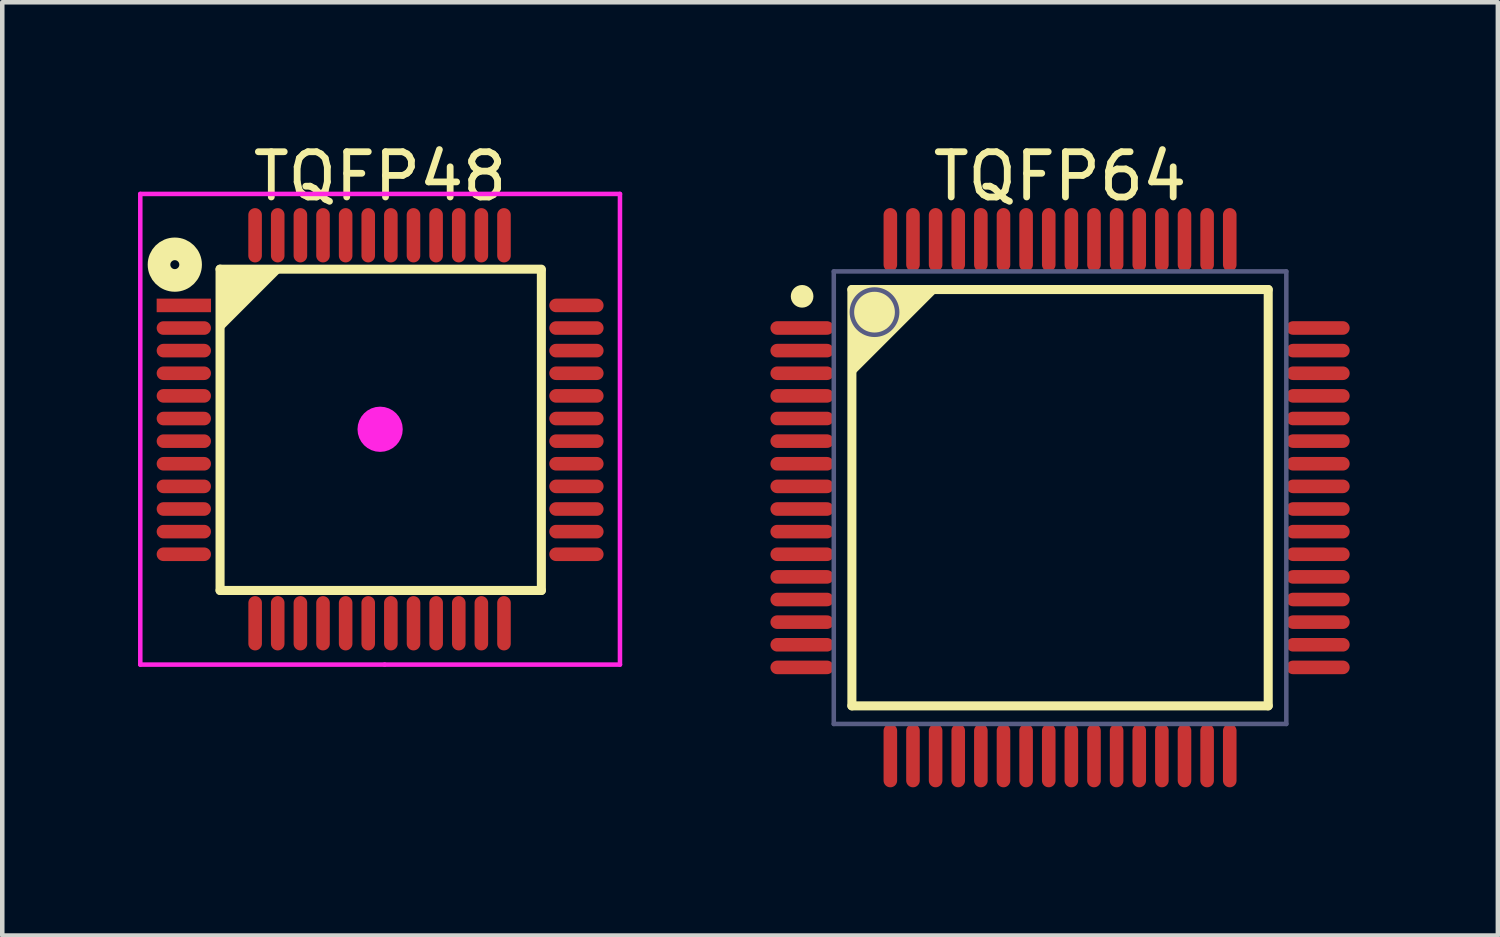
<source format=kicad_pcb>
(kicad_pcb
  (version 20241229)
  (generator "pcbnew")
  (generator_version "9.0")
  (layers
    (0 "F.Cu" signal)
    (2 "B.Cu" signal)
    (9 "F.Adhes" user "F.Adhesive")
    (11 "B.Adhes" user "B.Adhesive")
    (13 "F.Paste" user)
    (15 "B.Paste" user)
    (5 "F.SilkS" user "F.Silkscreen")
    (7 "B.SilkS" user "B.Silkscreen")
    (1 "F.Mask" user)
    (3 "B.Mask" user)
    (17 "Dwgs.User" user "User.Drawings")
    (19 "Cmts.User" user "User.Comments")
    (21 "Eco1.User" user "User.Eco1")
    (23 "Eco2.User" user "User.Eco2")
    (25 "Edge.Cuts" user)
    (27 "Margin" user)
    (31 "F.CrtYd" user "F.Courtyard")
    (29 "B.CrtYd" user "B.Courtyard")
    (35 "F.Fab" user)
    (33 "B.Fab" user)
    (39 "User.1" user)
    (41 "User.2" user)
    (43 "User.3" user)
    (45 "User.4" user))
  (footprint "TQFP64"
    (layer "F.Cu")
    (at 20.375 7.948)
    (property "Reference" "TQFP64" (at 0 -7.1 0) (layer "F.SilkS") (effects (font (size 1 1) (thickness 0.15))))
    (fp_line (start -4.6 -4.6) (end 4.6 -4.6) (stroke (width 0.2) (type solid)) (layer "F.SilkS"))
    (fp_line (start -4.6 4.6) (end -4.6 -4.6) (stroke (width 0.2) (type solid)) (layer "F.SilkS"))
    (fp_line (start -4.6 4.6) (end 4.6 4.6) (stroke (width 0.2) (type solid)) (layer "F.SilkS"))
    (fp_line (start 4.6 4.6) (end 4.6 -4.6) (stroke (width 0.2) (type solid)) (layer "F.SilkS"))
    (fp_circle (center -5.7 -4.45) (end -5.7 -4.575) (stroke (width 0.25) (type solid)) (fill no) (layer "F.SilkS"))
    (fp_poly (pts (xy -4.535 -4.635) (xy -2.735 -4.635) (xy -2.735 -4.535) (xy -4.635 -2.635)) (stroke (width 0) (type default)) (fill yes) (layer "F.SilkS"))
    (fp_line (start -6.65 -6.65) (end 6.65 -6.65) (stroke (width 0.05) (type solid)) (layer "Eco2.User"))
    (fp_line (start -6.65 6.65) (end -6.65 -6.65) (stroke (width 0.05) (type solid)) (layer "Eco2.User"))
    (fp_line (start -6.65 6.65) (end 6.65 6.65) (stroke (width 0.05) (type solid)) (layer "Eco2.User"))
    (fp_line (start -0.5 0) (end 0.5 0) (stroke (width 0.1) (type solid)) (layer "Eco2.User"))
    (fp_line (start 0 0.5) (end 0 -0.5) (stroke (width 0.1) (type solid)) (layer "Eco2.User"))
    (fp_line (start 6.65 6.65) (end 6.65 -6.65) (stroke (width 0.05) (type solid)) (layer "Eco2.User"))
    (fp_line (start -5 -5) (end 5 -5) (stroke (width 0.1) (type solid)) (layer "B.Fab"))
    (fp_line (start -5 5) (end -5 -5) (stroke (width 0.1) (type solid)) (layer "B.Fab"))
    (fp_line (start -5 5) (end 5 5) (stroke (width 0.1) (type solid)) (layer "B.Fab"))
    (fp_line (start 5 5) (end 5 -5) (stroke (width 0.1) (type solid)) (layer "B.Fab"))
    (fp_circle (center -4.1 -4.1) (end -4.1 -4.6) (stroke (width 0.1) (type solid)) (fill no) (layer "B.Fab"))
    (pad "1" smd oval (at -5.7 -3.75 90) (size 0.3 1.4) (layers "F.Cu" "F.Mask" "F.Paste"))
    (pad "2" smd oval (at -5.7 -3.25 90) (size 0.3 1.4) (layers "F.Cu" "F.Mask" "F.Paste"))
    (pad "3" smd oval (at -5.7 -2.75 90) (size 0.3 1.4) (layers "F.Cu" "F.Mask" "F.Paste"))
    (pad "4" smd oval (at -5.7 -2.25 90) (size 0.3 1.4) (layers "F.Cu" "F.Mask" "F.Paste"))
    (pad "5" smd oval (at -5.7 -1.75 90) (size 0.3 1.4) (layers "F.Cu" "F.Mask" "F.Paste"))
    (pad "6" smd oval (at -5.7 -1.25 90) (size 0.3 1.4) (layers "F.Cu" "F.Mask" "F.Paste"))
    (pad "7" smd oval (at -5.7 -0.75 90) (size 0.3 1.4) (layers "F.Cu" "F.Mask" "F.Paste"))
    (pad "8" smd oval (at -5.7 -0.25 90) (size 0.3 1.4) (layers "F.Cu" "F.Mask" "F.Paste"))
    (pad "9" smd oval (at -5.7 0.25 90) (size 0.3 1.4) (layers "F.Cu" "F.Mask" "F.Paste"))
    (pad "10" smd oval (at -5.7 0.75 90) (size 0.3 1.4) (layers "F.Cu" "F.Mask" "F.Paste"))
    (pad "11" smd oval (at -5.7 1.25 90) (size 0.3 1.4) (layers "F.Cu" "F.Mask" "F.Paste"))
    (pad "12" smd oval (at -5.7 1.75 90) (size 0.3 1.4) (layers "F.Cu" "F.Mask" "F.Paste"))
    (pad "13" smd oval (at -5.7 2.25 90) (size 0.3 1.4) (layers "F.Cu" "F.Mask" "F.Paste"))
    (pad "14" smd oval (at -5.7 2.75 90) (size 0.3 1.4) (layers "F.Cu" "F.Mask" "F.Paste"))
    (pad "15" smd oval (at -5.7 3.25 90) (size 0.3 1.4) (layers "F.Cu" "F.Mask" "F.Paste"))
    (pad "16" smd oval (at -5.7 3.75 90) (size 0.3 1.4) (layers "F.Cu" "F.Mask" "F.Paste"))
    (pad "17" smd oval (at -3.75 5.7) (size 0.3 1.4) (layers "F.Cu" "F.Mask" "F.Paste"))
    (pad "18" smd oval (at -3.25 5.7) (size 0.3 1.4) (layers "F.Cu" "F.Mask" "F.Paste"))
    (pad "19" smd oval (at -2.75 5.7) (size 0.3 1.4) (layers "F.Cu" "F.Mask" "F.Paste"))
    (pad "20" smd oval (at -2.25 5.7) (size 0.3 1.4) (layers "F.Cu" "F.Mask" "F.Paste"))
    (pad "21" smd oval (at -1.75 5.7) (size 0.3 1.4) (layers "F.Cu" "F.Mask" "F.Paste"))
    (pad "22" smd oval (at -1.25 5.7) (size 0.3 1.4) (layers "F.Cu" "F.Mask" "F.Paste"))
    (pad "23" smd oval (at -0.75 5.7) (size 0.3 1.4) (layers "F.Cu" "F.Mask" "F.Paste"))
    (pad "24" smd oval (at -0.25 5.7) (size 0.3 1.4) (layers "F.Cu" "F.Mask" "F.Paste"))
    (pad "25" smd oval (at 0.25 5.7) (size 0.3 1.4) (layers "F.Cu" "F.Mask" "F.Paste"))
    (pad "26" smd oval (at 0.75 5.7) (size 0.3 1.4) (layers "F.Cu" "F.Mask" "F.Paste"))
    (pad "27" smd oval (at 1.25 5.7) (size 0.3 1.4) (layers "F.Cu" "F.Mask" "F.Paste"))
    (pad "28" smd oval (at 1.75 5.7) (size 0.3 1.4) (layers "F.Cu" "F.Mask" "F.Paste"))
    (pad "29" smd oval (at 2.25 5.7) (size 0.3 1.4) (layers "F.Cu" "F.Mask" "F.Paste"))
    (pad "30" smd oval (at 2.75 5.7) (size 0.3 1.4) (layers "F.Cu" "F.Mask" "F.Paste"))
    (pad "31" smd oval (at 3.25 5.7) (size 0.3 1.4) (layers "F.Cu" "F.Mask" "F.Paste"))
    (pad "32" smd oval (at 3.75 5.7) (size 0.3 1.4) (layers "F.Cu" "F.Mask" "F.Paste"))
    (pad "33" smd oval (at 5.7 3.75 90) (size 0.3 1.4) (layers "F.Cu" "F.Mask" "F.Paste"))
    (pad "34" smd oval (at 5.7 3.25 90) (size 0.3 1.4) (layers "F.Cu" "F.Mask" "F.Paste"))
    (pad "35" smd oval (at 5.7 2.75 90) (size 0.3 1.4) (layers "F.Cu" "F.Mask" "F.Paste"))
    (pad "36" smd oval (at 5.7 2.25 90) (size 0.3 1.4) (layers "F.Cu" "F.Mask" "F.Paste"))
    (pad "37" smd oval (at 5.7 1.75 90) (size 0.3 1.4) (layers "F.Cu" "F.Mask" "F.Paste"))
    (pad "38" smd oval (at 5.7 1.25 90) (size 0.3 1.4) (layers "F.Cu" "F.Mask" "F.Paste"))
    (pad "39" smd oval (at 5.7 0.75 90) (size 0.3 1.4) (layers "F.Cu" "F.Mask" "F.Paste"))
    (pad "40" smd oval (at 5.7 0.25 90) (size 0.3 1.4) (layers "F.Cu" "F.Mask" "F.Paste"))
    (pad "41" smd oval (at 5.7 -0.25 90) (size 0.3 1.4) (layers "F.Cu" "F.Mask" "F.Paste"))
    (pad "42" smd oval (at 5.7 -0.75 90) (size 0.3 1.4) (layers "F.Cu" "F.Mask" "F.Paste"))
    (pad "43" smd oval (at 5.7 -1.25 90) (size 0.3 1.4) (layers "F.Cu" "F.Mask" "F.Paste"))
    (pad "44" smd oval (at 5.7 -1.75 90) (size 0.3 1.4) (layers "F.Cu" "F.Mask" "F.Paste"))
    (pad "45" smd oval (at 5.7 -2.25 90) (size 0.3 1.4) (layers "F.Cu" "F.Mask" "F.Paste"))
    (pad "46" smd oval (at 5.7 -2.75 90) (size 0.3 1.4) (layers "F.Cu" "F.Mask" "F.Paste"))
    (pad "47" smd oval (at 5.7 -3.25 90) (size 0.3 1.4) (layers "F.Cu" "F.Mask" "F.Paste"))
    (pad "48" smd oval (at 5.7 -3.75 90) (size 0.3 1.4) (layers "F.Cu" "F.Mask" "F.Paste"))
    (pad "49" smd oval (at 3.75 -5.7) (size 0.3 1.4) (layers "F.Cu" "F.Mask" "F.Paste"))
    (pad "50" smd oval (at 3.25 -5.7) (size 0.3 1.4) (layers "F.Cu" "F.Mask" "F.Paste"))
    (pad "51" smd oval (at 2.75 -5.7) (size 0.3 1.4) (layers "F.Cu" "F.Mask" "F.Paste"))
    (pad "52" smd oval (at 2.25 -5.7) (size 0.3 1.4) (layers "F.Cu" "F.Mask" "F.Paste"))
    (pad "53" smd oval (at 1.75 -5.7) (size 0.3 1.4) (layers "F.Cu" "F.Mask" "F.Paste"))
    (pad "54" smd oval (at 1.25 -5.7) (size 0.3 1.4) (layers "F.Cu" "F.Mask" "F.Paste"))
    (pad "55" smd oval (at 0.75 -5.7) (size 0.3 1.4) (layers "F.Cu" "F.Mask" "F.Paste"))
    (pad "56" smd oval (at 0.25 -5.7) (size 0.3 1.4) (layers "F.Cu" "F.Mask" "F.Paste"))
    (pad "57" smd oval (at -0.25 -5.7) (size 0.3 1.4) (layers "F.Cu" "F.Mask" "F.Paste"))
    (pad "58" smd oval (at -0.75 -5.7) (size 0.3 1.4) (layers "F.Cu" "F.Mask" "F.Paste"))
    (pad "59" smd oval (at -1.25 -5.7) (size 0.3 1.4) (layers "F.Cu" "F.Mask" "F.Paste"))
    (pad "60" smd oval (at -1.75 -5.7) (size 0.3 1.4) (layers "F.Cu" "F.Mask" "F.Paste"))
    (pad "61" smd oval (at -2.25 -5.7) (size 0.3 1.4) (layers "F.Cu" "F.Mask" "F.Paste"))
    (pad "62" smd oval (at -2.75 -5.7) (size 0.3 1.4) (layers "F.Cu" "F.Mask" "F.Paste"))
    (pad "63" smd oval (at -3.25 -5.7) (size 0.3 1.4) (layers "F.Cu" "F.Mask" "F.Paste"))
    (pad "64" smd oval (at -3.75 -5.7) (size 0.3 1.4) (layers "F.Cu" "F.Mask" "F.Paste")))
  (footprint "TQFP48"
    (layer "F.Cu")
    (at 5.35 6.436)
    (property "Reference" "TQFP48" (at 0 -5.588 0) (layer "F.SilkS") (effects (font (size 1 1) (thickness 0.15))))
    (fp_line (start -3.537 -3.538) (end 3.563 -3.538) (stroke (width 0.2) (type solid)) (layer "F.SilkS"))
    (fp_line (start -3.537 3.562) (end -3.537 -3.538) (stroke (width 0.2) (type solid)) (layer "F.SilkS"))
    (fp_line (start -3.537 3.562) (end 3.563 3.562) (stroke (width 0.2) (type solid)) (layer "F.SilkS"))
    (fp_line (start 3.563 3.562) (end 3.563 -3.513) (stroke (width 0.2) (type solid)) (layer "F.SilkS"))
    (fp_circle (center -4.537 -3.638) (end -4.537 -3.737) (stroke (width 0.5) (type solid)) (fill no) (layer "F.SilkS"))
    (fp_poly (pts (xy -3.537 -3.538) (xy -2.137 -3.538) (xy -3.537 -2.138)) (stroke (width 0) (type default)) (fill yes) (layer "F.SilkS"))
    (fp_line (start -5.3 -5.2) (end 5.3 -5.2) (stroke (width 0.1) (type solid)) (layer "F.CrtYd"))
    (fp_line (start -5.3 5.2) (end -5.3 -5.2) (stroke (width 0.1) (type solid)) (layer "F.CrtYd"))
    (fp_line (start -5.3 5.2) (end 0.1 5.2) (stroke (width 0.1) (type solid)) (layer "F.CrtYd"))
    (fp_line (start 0.1 5.2) (end 5.3 5.2) (stroke (width 0.1) (type solid)) (layer "F.CrtYd"))
    (fp_line (start 5.3 5.2) (end 5.3 -5.2) (stroke (width 0.1) (type solid)) (layer "F.CrtYd"))
    (fp_circle (center 0 0) (end 0 -0.25) (stroke (width 0.5) (type solid)) (fill no) (layer "F.CrtYd"))
    (pad "1" smd rect (at -4.338 -2.737 90) (size 0.3 1.2) (layers "F.Cu" "F.Mask" "F.Paste"))
    (pad "2" smd oval (at -4.338 -2.237 90) (size 0.3 1.2) (layers "F.Cu" "F.Mask" "F.Paste"))
    (pad "3" smd oval (at -4.338 -1.738 90) (size 0.3 1.2) (layers "F.Cu" "F.Mask" "F.Paste"))
    (pad "4" smd oval (at -4.338 -1.238 90) (size 0.3 1.2) (layers "F.Cu" "F.Mask" "F.Paste"))
    (pad "5" smd oval (at -4.338 -0.738 90) (size 0.3 1.2) (layers "F.Cu" "F.Mask" "F.Paste"))
    (pad "6" smd oval (at -4.338 -0.237 90) (size 0.3 1.2) (layers "F.Cu" "F.Mask" "F.Paste"))
    (pad "7" smd oval (at -4.338 0.263 90) (size 0.3 1.2) (layers "F.Cu" "F.Mask" "F.Paste"))
    (pad "8" smd oval (at -4.338 0.762 90) (size 0.3 1.2) (layers "F.Cu" "F.Mask" "F.Paste"))
    (pad "9" smd oval (at -4.338 1.262 90) (size 0.3 1.2) (layers "F.Cu" "F.Mask" "F.Paste"))
    (pad "10" smd oval (at -4.338 1.762 90) (size 0.3 1.2) (layers "F.Cu" "F.Mask" "F.Paste"))
    (pad "11" smd oval (at -4.338 2.262 90) (size 0.3 1.2) (layers "F.Cu" "F.Mask" "F.Paste"))
    (pad "12" smd oval (at -4.338 2.762 90) (size 0.3 1.2) (layers "F.Cu" "F.Mask" "F.Paste"))
    (pad "13" smd oval (at -2.762 4.287) (size 0.3 1.2) (layers "F.Cu" "F.Mask" "F.Paste"))
    (pad "14" smd oval (at -2.263 4.287) (size 0.3 1.2) (layers "F.Cu" "F.Mask" "F.Paste"))
    (pad "15" smd oval (at -1.762 4.287) (size 0.3 1.2) (layers "F.Cu" "F.Mask" "F.Paste"))
    (pad "16" smd oval (at -1.262 4.287) (size 0.3 1.2) (layers "F.Cu" "F.Mask" "F.Paste"))
    (pad "17" smd oval (at -0.762 4.287) (size 0.3 1.2) (layers "F.Cu" "F.Mask" "F.Paste"))
    (pad "18" smd oval (at -0.263 4.287) (size 0.3 1.2) (layers "F.Cu" "F.Mask" "F.Paste"))
    (pad "19" smd oval (at 0.237 4.287) (size 0.3 1.2) (layers "F.Cu" "F.Mask" "F.Paste"))
    (pad "20" smd oval (at 0.738 4.287) (size 0.3 1.2) (layers "F.Cu" "F.Mask" "F.Paste"))
    (pad "21" smd oval (at 1.238 4.287) (size 0.3 1.2) (layers "F.Cu" "F.Mask" "F.Paste"))
    (pad "22" smd oval (at 1.738 4.287) (size 0.3 1.2) (layers "F.Cu" "F.Mask" "F.Paste"))
    (pad "23" smd oval (at 2.237 4.287) (size 0.3 1.2) (layers "F.Cu" "F.Mask" "F.Paste"))
    (pad "24" smd oval (at 2.737 4.287) (size 0.3 1.2) (layers "F.Cu" "F.Mask" "F.Paste"))
    (pad "25" smd oval (at 4.338 2.762 90) (size 0.3 1.2) (layers "F.Cu" "F.Mask" "F.Paste"))
    (pad "26" smd oval (at 4.338 2.262 90) (size 0.3 1.2) (layers "F.Cu" "F.Mask" "F.Paste"))
    (pad "27" smd oval (at 4.338 1.762 90) (size 0.3 1.2) (layers "F.Cu" "F.Mask" "F.Paste"))
    (pad "28" smd oval (at 4.338 1.262 90) (size 0.3 1.2) (layers "F.Cu" "F.Mask" "F.Paste"))
    (pad "29" smd oval (at 4.338 0.762 90) (size 0.3 1.2) (layers "F.Cu" "F.Mask" "F.Paste"))
    (pad "30" smd oval (at 4.338 0.263 90) (size 0.3 1.2) (layers "F.Cu" "F.Mask" "F.Paste"))
    (pad "31" smd oval (at 4.338 -0.237 90) (size 0.3 1.2) (layers "F.Cu" "F.Mask" "F.Paste"))
    (pad "32" smd oval (at 4.338 -0.738 90) (size 0.3 1.2) (layers "F.Cu" "F.Mask" "F.Paste"))
    (pad "33" smd oval (at 4.338 -1.238 90) (size 0.3 1.2) (layers "F.Cu" "F.Mask" "F.Paste"))
    (pad "34" smd oval (at 4.338 -1.738 90) (size 0.3 1.2) (layers "F.Cu" "F.Mask" "F.Paste"))
    (pad "35" smd oval (at 4.338 -2.237 90) (size 0.3 1.2) (layers "F.Cu" "F.Mask" "F.Paste"))
    (pad "36" smd oval (at 4.338 -2.737 90) (size 0.3 1.2) (layers "F.Cu" "F.Mask" "F.Paste"))
    (pad "37" smd oval (at 2.737 -4.287) (size 0.3 1.2) (layers "F.Cu" "F.Mask" "F.Paste"))
    (pad "38" smd oval (at 2.237 -4.287) (size 0.3 1.2) (layers "F.Cu" "F.Mask" "F.Paste"))
    (pad "39" smd oval (at 1.737 -4.287) (size 0.3 1.2) (layers "F.Cu" "F.Mask" "F.Paste"))
    (pad "40" smd oval (at 1.237 -4.287) (size 0.3 1.2) (layers "F.Cu" "F.Mask" "F.Paste"))
    (pad "41" smd oval (at 0.737 -4.287) (size 0.3 1.2) (layers "F.Cu" "F.Mask" "F.Paste"))
    (pad "42" smd oval (at 0.237 -4.287) (size 0.3 1.2) (layers "F.Cu" "F.Mask" "F.Paste"))
    (pad "43" smd oval (at -0.263 -4.287) (size 0.3 1.2) (layers "F.Cu" "F.Mask" "F.Paste"))
    (pad "44" smd oval (at -0.762 -4.287) (size 0.3 1.2) (layers "F.Cu" "F.Mask" "F.Paste"))
    (pad "45" smd oval (at -1.262 -4.287) (size 0.3 1.2) (layers "F.Cu" "F.Mask" "F.Paste"))
    (pad "46" smd oval (at -1.762 -4.287) (size 0.3 1.2) (layers "F.Cu" "F.Mask" "F.Paste"))
    (pad "47" smd oval (at -2.263 -4.287) (size 0.3 1.2) (layers "F.Cu" "F.Mask" "F.Paste"))
    (pad "48" smd oval (at -2.763 -4.287) (size 0.3 1.2) (layers "F.Cu" "F.Mask" "F.Paste")))
  (gr_rect
    (start -3 -3)
    (end 30.05 17.623)
    (stroke (width 0.1) (type default))
    (fill no)
    (layer "Edge.Cuts")))
</source>
